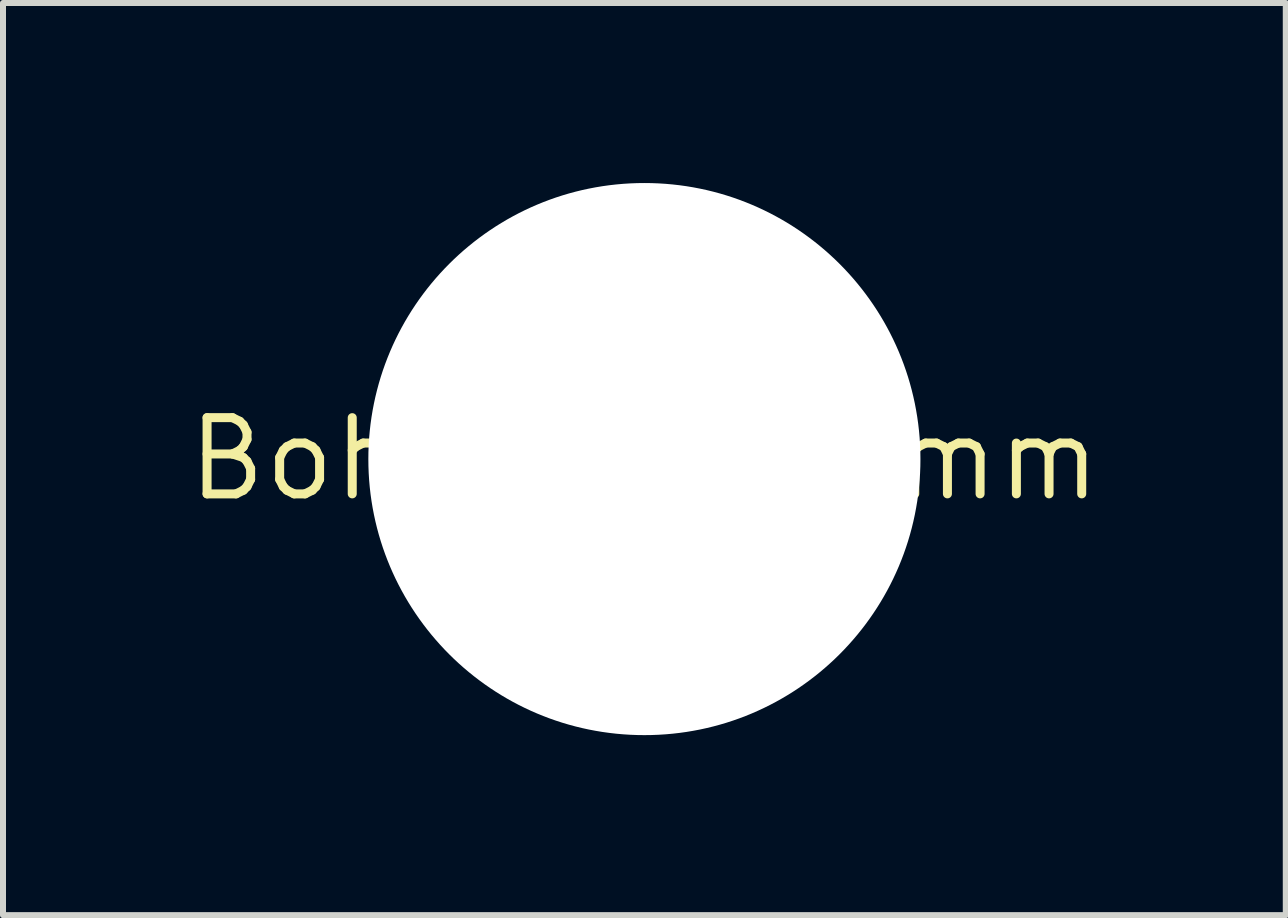
<source format=kicad_pcb>
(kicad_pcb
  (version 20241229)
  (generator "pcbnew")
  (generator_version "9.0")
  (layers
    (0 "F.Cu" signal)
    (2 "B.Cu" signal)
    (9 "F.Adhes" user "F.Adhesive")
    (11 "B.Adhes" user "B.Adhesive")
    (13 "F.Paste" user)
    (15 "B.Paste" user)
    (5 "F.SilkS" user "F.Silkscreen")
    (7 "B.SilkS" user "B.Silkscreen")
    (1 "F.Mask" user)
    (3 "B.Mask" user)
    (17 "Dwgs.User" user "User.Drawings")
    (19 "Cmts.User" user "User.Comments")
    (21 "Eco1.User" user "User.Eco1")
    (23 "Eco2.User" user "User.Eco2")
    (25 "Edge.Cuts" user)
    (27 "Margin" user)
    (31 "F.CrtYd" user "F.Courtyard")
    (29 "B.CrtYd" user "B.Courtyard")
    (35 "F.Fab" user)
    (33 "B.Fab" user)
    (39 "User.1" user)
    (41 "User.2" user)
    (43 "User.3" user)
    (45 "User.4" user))
  (footprint "Bohrung_9.2mm"
    (layer "F.Cu")
    (at 7.688 4.6)
    (property "Reference" "Bohrung_9.2mm" (at 0 0 0) (layer "F.SilkS") (effects (font (size 1.27 1.27) (thickness 0.15))))
    (attr through_hole)
    (pad "" np_thru_hole circle (at 0 0) (size 9.2 9.2) (drill 9.2) (layers "*.Cu" "*.Mask")))
  (gr_rect
    (start -3 -3)
    (end 18.376 12.2)
    (stroke (width 0.1) (type default))
    (fill no)
    (layer "Edge.Cuts")))
</source>
